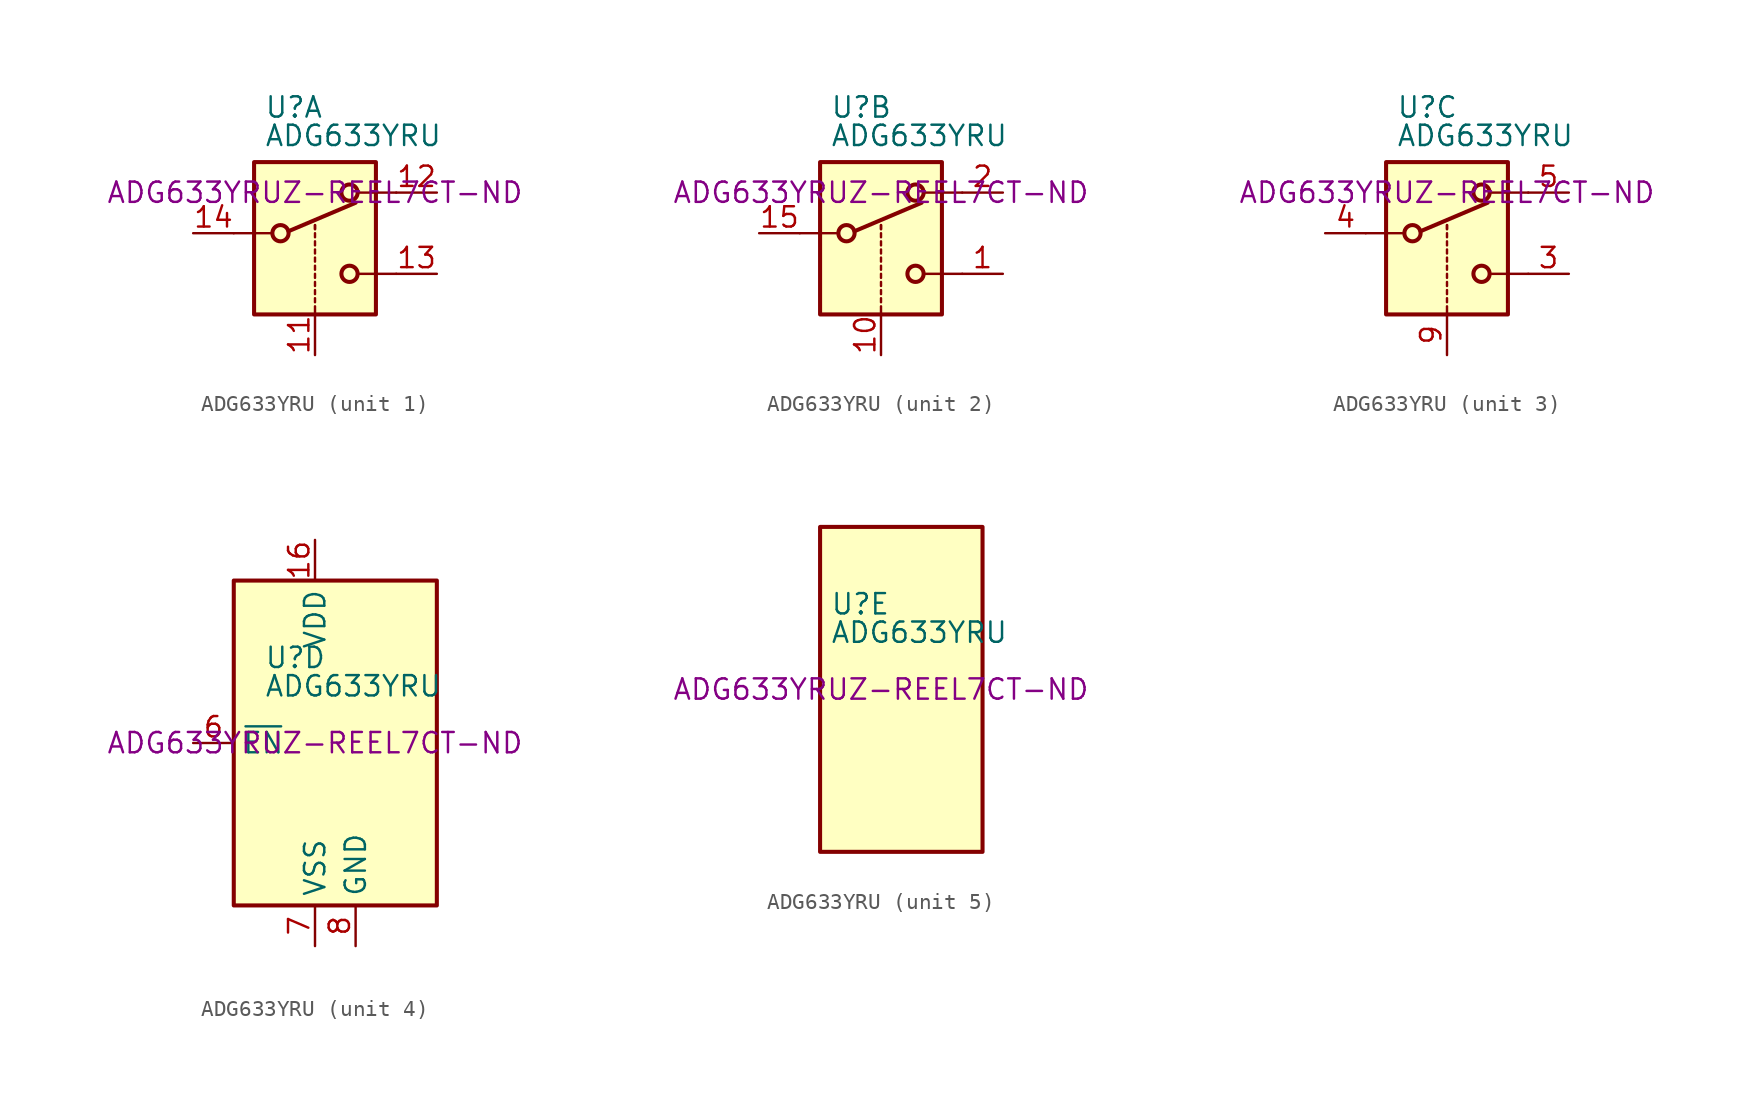
<source format=kicad_sym>
(kicad_symbol_lib
  (version 20220914)
  (generator kicad_symbol_editor)
  (symbol "ADG633YRU"
    (property "Reference" "U"
      (at -3.175 5.334 0)
      (effects (font (size 1.27 1.27)) (justify left)))
    (property "Value" "ADG633YRU"
      (at -3.175 3.556 0)
      (effects (font (size 1.27 1.27)) (justify left)))
    (property "Digikey" "ADG633YRUZ-REEL7CT-ND"
      (at 0 0 0)
      (effects (font (size 1.27 1.27))))
    (symbol "ADG633YRU_1_1"
      (rectangle (start -3.81 1.905) (end 3.81 -7.62) (stroke (width 0.254) (type default)) (fill (type background)))
      (circle (center -2.159 -2.54) (radius 0.508) (stroke (width 0.254) (type default)) (fill (type none)))
      (polyline (pts (xy -5.08 -2.54) (xy -2.794 -2.54)) (stroke (width 0) (type default)) (fill (type none)))
      (polyline (pts (xy -1.651 -2.413) (xy 2.54 -0.635)) (stroke (width 0.254) (type default)) (fill (type none)))
      (polyline (pts (xy 0 -7.62) (xy 0 -7.112)) (stroke (width 0) (type default)) (fill (type none)))
      (polyline (pts (xy 0 -6.858) (xy 0 -6.604)) (stroke (width 0) (type default)) (fill (type none)))
      (polyline (pts (xy 0 -6.35) (xy 0 -6.096)) (stroke (width 0) (type default)) (fill (type none)))
      (polyline (pts (xy 0 -5.842) (xy 0 -5.588)) (stroke (width 0) (type default)) (fill (type none)))
      (polyline (pts (xy 0 -5.334) (xy 0 -5.08)) (stroke (width 0) (type default)) (fill (type none)))
      (polyline (pts (xy 0 -4.826) (xy 0 -4.572)) (stroke (width 0) (type default)) (fill (type none)))
      (polyline (pts (xy 0 -4.318) (xy 0 -4.064)) (stroke (width 0) (type default)) (fill (type none)))
      (polyline (pts (xy 0 -3.81) (xy 0 -3.556)) (stroke (width 0) (type default)) (fill (type none)))
      (polyline (pts (xy 0 -3.302) (xy 0 -3.048)) (stroke (width 0) (type default)) (fill (type none)))
      (polyline (pts (xy 0 -2.794) (xy 0 -2.54)) (stroke (width 0) (type default)) (fill (type none)))
      (polyline (pts (xy 0 -2.286) (xy 0 -2.032)) (stroke (width 0) (type default)) (fill (type none)))
      (polyline (pts (xy 0 -2.286) (xy 0 -2.032)) (stroke (width 0) (type default)) (fill (type none)))
      (polyline (pts (xy 5.08 -5.08) (xy 2.794 -5.08)) (stroke (width 0) (type default)) (fill (type none)))
      (polyline (pts (xy 5.08 0) (xy 2.794 0)) (stroke (width 0) (type default)) (fill (type none)))
      (circle (center 2.159 -5.08) (radius 0.508) (stroke (width 0.254) (type default)) (fill (type none)))
      (circle (center 2.159 0) (radius 0.508) (stroke (width 0.254) (type default)) (fill (type none)))
      (pin input line (at 0 -10.16 90) (length 2.54) (name "~" (effects (font (size 1.27 1.27)))) (number "11" (effects (font (size 1.27 1.27)))))
      (pin passive line (at 7.62 0 180) (length 2.54) (name "~" (effects (font (size 1.27 1.27)))) (number "12" (effects (font (size 1.27 1.27)))))
      (pin passive line (at 7.62 -5.08 180) (length 2.54) (name "~" (effects (font (size 1.27 1.27)))) (number "13" (effects (font (size 1.27 1.27)))))
      (pin passive line (at -7.62 -2.54 0) (length 2.54) (name "~" (effects (font (size 1.27 1.27)))) (number "14" (effects (font (size 1.27 1.27))))))
    (symbol "ADG633YRU_2_1"
      (rectangle (start -3.81 1.905) (end 3.81 -7.62) (stroke (width 0.254) (type default)) (fill (type background)))
      (circle (center -2.159 -2.54) (radius 0.508) (stroke (width 0.254) (type default)) (fill (type none)))
      (polyline (pts (xy -5.08 -2.54) (xy -2.794 -2.54)) (stroke (width 0) (type default)) (fill (type none)))
      (polyline (pts (xy -1.651 -2.413) (xy 2.54 -0.635)) (stroke (width 0.254) (type default)) (fill (type none)))
      (polyline (pts (xy 0 -7.62) (xy 0 -7.112)) (stroke (width 0) (type default)) (fill (type none)))
      (polyline (pts (xy 0 -6.858) (xy 0 -6.604)) (stroke (width 0) (type default)) (fill (type none)))
      (polyline (pts (xy 0 -6.35) (xy 0 -6.096)) (stroke (width 0) (type default)) (fill (type none)))
      (polyline (pts (xy 0 -5.842) (xy 0 -5.588)) (stroke (width 0) (type default)) (fill (type none)))
      (polyline (pts (xy 0 -5.334) (xy 0 -5.08)) (stroke (width 0) (type default)) (fill (type none)))
      (polyline (pts (xy 0 -4.826) (xy 0 -4.572)) (stroke (width 0) (type default)) (fill (type none)))
      (polyline (pts (xy 0 -4.318) (xy 0 -4.064)) (stroke (width 0) (type default)) (fill (type none)))
      (polyline (pts (xy 0 -3.81) (xy 0 -3.556)) (stroke (width 0) (type default)) (fill (type none)))
      (polyline (pts (xy 0 -3.302) (xy 0 -3.048)) (stroke (width 0) (type default)) (fill (type none)))
      (polyline (pts (xy 0 -2.794) (xy 0 -2.54)) (stroke (width 0) (type default)) (fill (type none)))
      (polyline (pts (xy 0 -2.286) (xy 0 -2.032)) (stroke (width 0) (type default)) (fill (type none)))
      (polyline (pts (xy 0 -2.286) (xy 0 -2.032)) (stroke (width 0) (type default)) (fill (type none)))
      (polyline (pts (xy 5.08 -5.08) (xy 2.794 -5.08)) (stroke (width 0) (type default)) (fill (type none)))
      (polyline (pts (xy 5.08 0) (xy 2.794 0)) (stroke (width 0) (type default)) (fill (type none)))
      (circle (center 2.159 -5.08) (radius 0.508) (stroke (width 0.254) (type default)) (fill (type none)))
      (circle (center 2.159 0) (radius 0.508) (stroke (width 0.254) (type default)) (fill (type none)))
      (pin passive line (at 7.62 -5.08 180) (length 2.54) (name "~" (effects (font (size 1.27 1.27)))) (number "1" (effects (font (size 1.27 1.27)))))
      (pin input line (at 0 -10.16 90) (length 2.54) (name "~" (effects (font (size 1.27 1.27)))) (number "10" (effects (font (size 1.27 1.27)))))
      (pin passive line (at -7.62 -2.54 0) (length 2.54) (name "~" (effects (font (size 1.27 1.27)))) (number "15" (effects (font (size 1.27 1.27)))))
      (pin passive line (at 7.62 0 180) (length 2.54) (name "~" (effects (font (size 1.27 1.27)))) (number "2" (effects (font (size 1.27 1.27))))))
    (symbol "ADG633YRU_3_1"
      (rectangle (start -3.81 1.905) (end 3.81 -7.62) (stroke (width 0.254) (type default)) (fill (type background)))
      (circle (center -2.159 -2.54) (radius 0.508) (stroke (width 0.254) (type default)) (fill (type none)))
      (polyline (pts (xy -5.08 -2.54) (xy -2.794 -2.54)) (stroke (width 0) (type default)) (fill (type none)))
      (polyline (pts (xy -1.651 -2.413) (xy 2.54 -0.635)) (stroke (width 0.254) (type default)) (fill (type none)))
      (polyline (pts (xy 0 -7.62) (xy 0 -7.112)) (stroke (width 0) (type default)) (fill (type none)))
      (polyline (pts (xy 0 -6.858) (xy 0 -6.604)) (stroke (width 0) (type default)) (fill (type none)))
      (polyline (pts (xy 0 -6.35) (xy 0 -6.096)) (stroke (width 0) (type default)) (fill (type none)))
      (polyline (pts (xy 0 -5.842) (xy 0 -5.588)) (stroke (width 0) (type default)) (fill (type none)))
      (polyline (pts (xy 0 -5.334) (xy 0 -5.08)) (stroke (width 0) (type default)) (fill (type none)))
      (polyline (pts (xy 0 -4.826) (xy 0 -4.572)) (stroke (width 0) (type default)) (fill (type none)))
      (polyline (pts (xy 0 -4.318) (xy 0 -4.064)) (stroke (width 0) (type default)) (fill (type none)))
      (polyline (pts (xy 0 -3.81) (xy 0 -3.556)) (stroke (width 0) (type default)) (fill (type none)))
      (polyline (pts (xy 0 -3.302) (xy 0 -3.048)) (stroke (width 0) (type default)) (fill (type none)))
      (polyline (pts (xy 0 -2.794) (xy 0 -2.54)) (stroke (width 0) (type default)) (fill (type none)))
      (polyline (pts (xy 0 -2.286) (xy 0 -2.032)) (stroke (width 0) (type default)) (fill (type none)))
      (polyline (pts (xy 0 -2.286) (xy 0 -2.032)) (stroke (width 0) (type default)) (fill (type none)))
      (polyline (pts (xy 5.08 -5.08) (xy 2.794 -5.08)) (stroke (width 0) (type default)) (fill (type none)))
      (polyline (pts (xy 5.08 0) (xy 2.794 0)) (stroke (width 0) (type default)) (fill (type none)))
      (circle (center 2.159 -5.08) (radius 0.508) (stroke (width 0.254) (type default)) (fill (type none)))
      (circle (center 2.159 0) (radius 0.508) (stroke (width 0.254) (type default)) (fill (type none)))
      (pin passive line (at 7.62 -5.08 180) (length 2.54) (name "~" (effects (font (size 1.27 1.27)))) (number "3" (effects (font (size 1.27 1.27)))))
      (pin passive line (at -7.62 -2.54 0) (length 2.54) (name "~" (effects (font (size 1.27 1.27)))) (number "4" (effects (font (size 1.27 1.27)))))
      (pin passive line (at 7.62 0 180) (length 2.54) (name "~" (effects (font (size 1.27 1.27)))) (number "5" (effects (font (size 1.27 1.27)))))
      (pin input line (at 0 -10.16 90) (length 2.54) (name "~" (effects (font (size 1.27 1.27)))) (number "9" (effects (font (size 1.27 1.27))))))
    (symbol "ADG633YRU_4_0"
      (pin power_in line (at 0 12.7 270) (length 2.54) (name "VDD" (effects (font (size 1.27 1.27)))) (number "16" (effects (font (size 1.27 1.27)))))
      (pin input line (at -7.62 0 0) (length 2.54) (name "~{EN}" (effects (font (size 1.27 1.27)))) (number "6" (effects (font (size 1.27 1.27)))))
      (pin power_in line (at 0 -12.7 90) (length 2.54) (name "VSS" (effects (font (size 1.27 1.27)))) (number "7" (effects (font (size 1.27 1.27)))))
      (pin power_in line (at 2.54 -12.7 90) (length 2.54) (name "GND" (effects (font (size 1.27 1.27)))) (number "8" (effects (font (size 1.27 1.27))))))
    (symbol "ADG633YRU_4_1"
      (rectangle (start -5.08 10.16) (end 7.62 -10.16) (stroke (width 0.254) (type default)) (fill (type background))))
    (symbol "ADG633YRU_5_1"
      (rectangle (start -3.81 10.16) (end 6.35 -10.16) (stroke (width 0.254) (type default)) (fill (type background))))))
</source>
